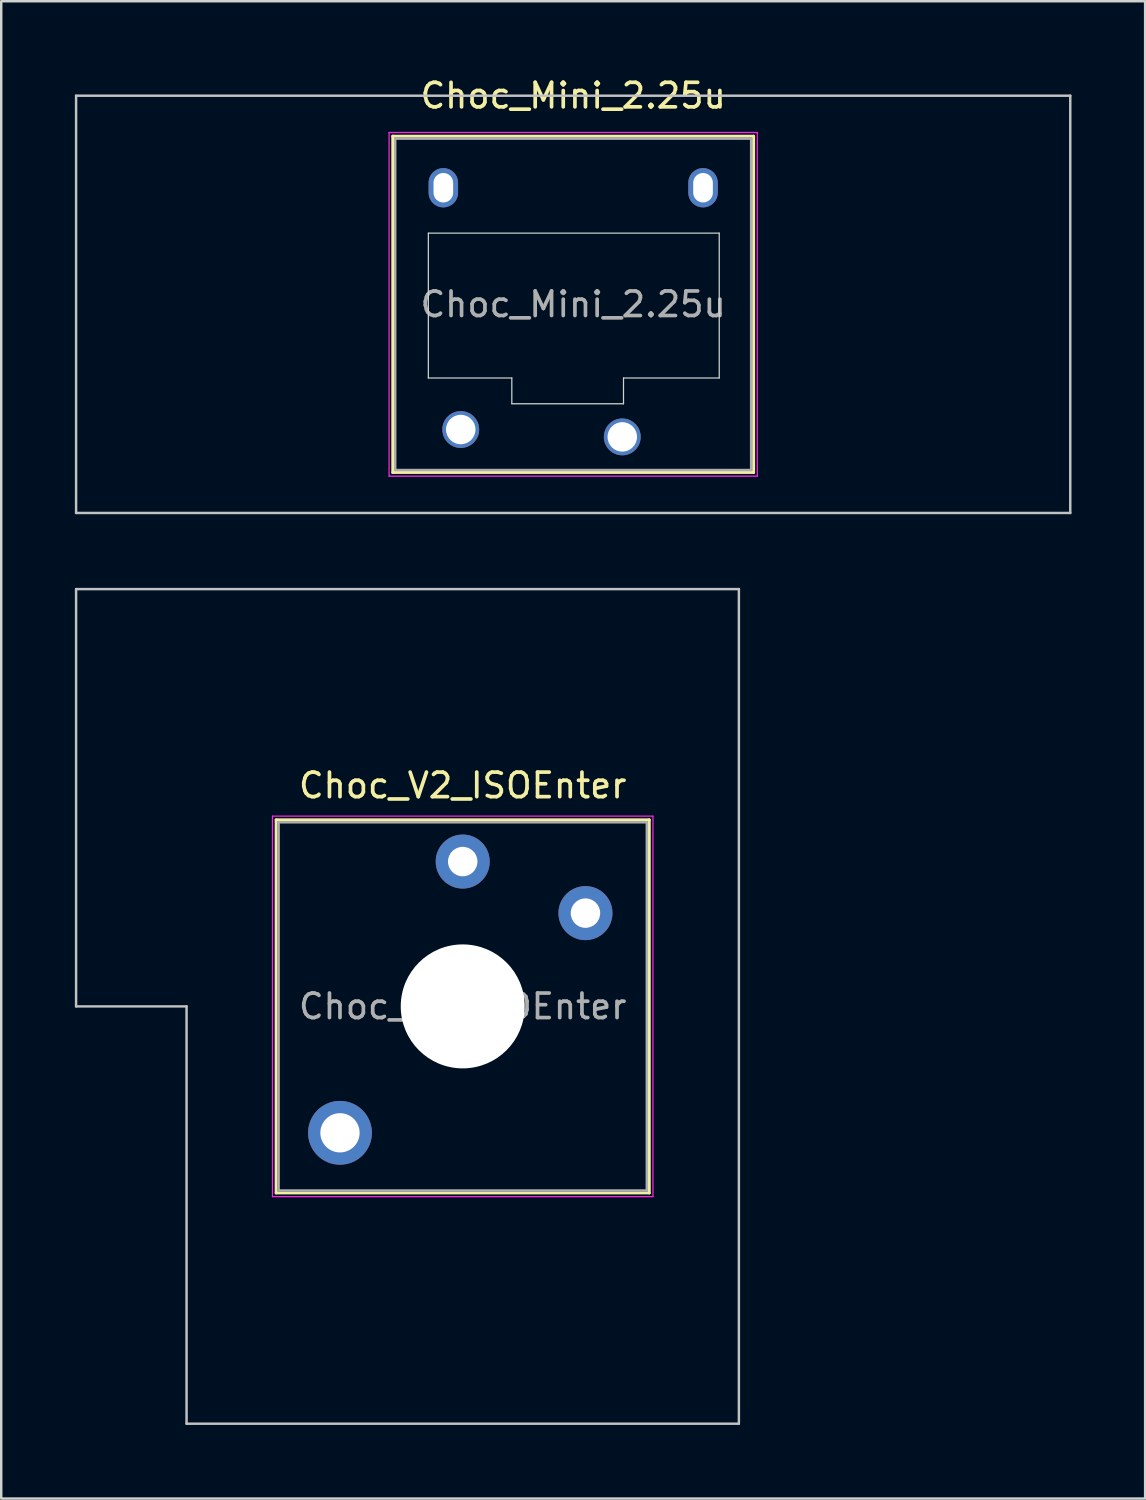
<source format=kicad_pcb>
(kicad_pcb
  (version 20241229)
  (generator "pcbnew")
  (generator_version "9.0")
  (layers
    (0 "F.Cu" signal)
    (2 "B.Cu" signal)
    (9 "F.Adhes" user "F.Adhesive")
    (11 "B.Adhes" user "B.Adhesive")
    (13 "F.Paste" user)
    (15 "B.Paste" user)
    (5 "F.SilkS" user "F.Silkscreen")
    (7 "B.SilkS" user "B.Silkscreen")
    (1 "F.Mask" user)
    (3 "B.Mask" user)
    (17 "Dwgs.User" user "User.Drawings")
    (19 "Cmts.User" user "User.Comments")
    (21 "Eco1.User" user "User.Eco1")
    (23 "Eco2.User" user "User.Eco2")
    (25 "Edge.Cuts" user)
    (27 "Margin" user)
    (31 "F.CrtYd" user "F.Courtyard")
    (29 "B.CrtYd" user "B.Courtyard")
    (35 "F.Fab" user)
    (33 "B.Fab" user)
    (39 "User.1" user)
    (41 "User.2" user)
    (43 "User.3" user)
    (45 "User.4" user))
  (footprint "Choc_Mini_2.25u"
    (layer "F.Cu")
    (at 20.3 9.348)
    (property "Reference" "Choc_Mini_2.25u" (at 0 -8.5 0) (layer "F.SilkS") (effects (font (size 1 1) (thickness 0.15))))
    (attr through_hole)
    (fp_line (start -7.35 -6.85) (end -7.35 6.85) (stroke (width 0.12) (type solid)) (layer "F.SilkS"))
    (fp_line (start -7.35 6.85) (end 7.35 6.85) (stroke (width 0.12) (type solid)) (layer "F.SilkS"))
    (fp_line (start 7.35 -6.85) (end -7.35 -6.85) (stroke (width 0.12) (type solid)) (layer "F.SilkS"))
    (fp_line (start 7.35 6.85) (end 7.35 -6.85) (stroke (width 0.12) (type solid)) (layer "F.SilkS"))
    (fp_line (start -20.25 -8.5) (end -20.25 8.5) (stroke (width 0.1) (type solid)) (layer "Dwgs.User"))
    (fp_line (start -20.25 8.5) (end 20.25 8.5) (stroke (width 0.1) (type solid)) (layer "Dwgs.User"))
    (fp_line (start 20.25 -8.5) (end -20.25 -8.5) (stroke (width 0.1) (type solid)) (layer "Dwgs.User"))
    (fp_line (start 20.25 8.5) (end 20.25 -8.5) (stroke (width 0.1) (type solid)) (layer "Dwgs.User"))
    (fp_line (start -6.85 -6.35) (end -6.85 6.35) (stroke (width 0.1) (type solid)) (layer "Eco1.User"))
    (fp_line (start -6.85 6.35) (end 6.85 6.35) (stroke (width 0.1) (type solid)) (layer "Eco1.User"))
    (fp_line (start 6.85 -6.35) (end -6.85 -6.35) (stroke (width 0.1) (type solid)) (layer "Eco1.User"))
    (fp_line (start 6.85 6.35) (end 6.85 -6.35) (stroke (width 0.1) (type solid)) (layer "Eco1.User"))
    (fp_line (start -5.9 -2.9) (end -5.9 3) (stroke (width 0.05) (type solid)) (layer "Edge.Cuts"))
    (fp_line (start -5.9 3) (end -2.5 3) (stroke (width 0.05) (type solid)) (layer "Edge.Cuts"))
    (fp_line (start -2.5 3) (end -2.5 4.05) (stroke (width 0.05) (type solid)) (layer "Edge.Cuts"))
    (fp_line (start -2.5 4.05) (end 2.05 4.05) (stroke (width 0.05) (type solid)) (layer "Edge.Cuts"))
    (fp_line (start 2.05 3) (end 5.95 3) (stroke (width 0.05) (type solid)) (layer "Edge.Cuts"))
    (fp_line (start 2.05 4.05) (end 2.05 3) (stroke (width 0.05) (type solid)) (layer "Edge.Cuts"))
    (fp_line (start 5.95 -2.9) (end -5.9 -2.9) (stroke (width 0.05) (type solid)) (layer "Edge.Cuts"))
    (fp_line (start 5.95 3) (end 5.95 -2.9) (stroke (width 0.05) (type solid)) (layer "Edge.Cuts"))
    (fp_line (start -7.5 -7) (end -7.5 7) (stroke (width 0.05) (type solid)) (layer "F.CrtYd"))
    (fp_line (start -7.5 7) (end 7.5 7) (stroke (width 0.05) (type solid)) (layer "F.CrtYd"))
    (fp_line (start 7.5 -7) (end -7.5 -7) (stroke (width 0.05) (type solid)) (layer "F.CrtYd"))
    (fp_line (start 7.5 7) (end 7.5 -7) (stroke (width 0.05) (type solid)) (layer "F.CrtYd"))
    (fp_line (start -7.25 -6.75) (end -7.25 6.75) (stroke (width 0.1) (type solid)) (layer "F.Fab"))
    (fp_line (start -7.25 6.75) (end 7.25 6.75) (stroke (width 0.1) (type solid)) (layer "F.Fab"))
    (fp_line (start 7.25 -6.75) (end -7.25 -6.75) (stroke (width 0.1) (type solid)) (layer "F.Fab"))
    (fp_line (start 7.25 6.75) (end 7.25 -6.75) (stroke (width 0.1) (type solid)) (layer "F.Fab"))
    (fp_text user "${REFERENCE}" (at 0 0 0) (layer "F.Fab") (effects (font (size 1 1) (thickness 0.15))))
    (pad "" np_thru_hole oval (at -5.29 -4.75) (size 1.2 1.6) (drill oval 0.8 1.2) (layers "*.Cu" "*.Mask"))
    (pad "" np_thru_hole oval (at 5.29 -4.75) (size 1.2 1.6) (drill oval 0.8 1.2) (layers "*.Cu" "*.Mask"))
    (pad "1" thru_hole circle (at 2 5.4) (size 1.5 1.5) (drill 1.2) (layers "*.Cu" "*.Mask"))
    (pad "2" thru_hole circle (at -4.58 5.1) (size 1.5 1.5) (drill 1.2) (layers "*.Cu" "*.Mask")))
  (footprint "Choc_V2_ISOEnter"
    (layer "F.Cu")
    (at 15.8 37.948)
    (property "Reference" "Choc_V2_ISOEnter" (at 0 -9 0) (layer "F.SilkS") (effects (font (size 1 1) (thickness 0.15))))
    (attr through_hole)
    (fp_line (start -7.6 -7.6) (end -7.6 7.6) (stroke (width 0.12) (type solid)) (layer "F.SilkS"))
    (fp_line (start -7.6 7.6) (end 7.6 7.6) (stroke (width 0.12) (type solid)) (layer "F.SilkS"))
    (fp_line (start 7.6 -7.6) (end -7.6 -7.6) (stroke (width 0.12) (type solid)) (layer "F.SilkS"))
    (fp_line (start 7.6 7.6) (end 7.6 -7.6) (stroke (width 0.12) (type solid)) (layer "F.SilkS"))
    (fp_line (start -15.75 -17) (end -15.75 0) (stroke (width 0.1) (type solid)) (layer "Dwgs.User"))
    (fp_line (start -15.75 0) (end -11.25 0) (stroke (width 0.1) (type solid)) (layer "Dwgs.User"))
    (fp_line (start -11.25 0) (end -11.25 17) (stroke (width 0.1) (type solid)) (layer "Dwgs.User"))
    (fp_line (start -11.25 17) (end 11.25 17) (stroke (width 0.1) (type solid)) (layer "Dwgs.User"))
    (fp_line (start 11.25 -17) (end -15.75 -17) (stroke (width 0.1) (type solid)) (layer "Dwgs.User"))
    (fp_line (start 11.25 17) (end 11.25 -17) (stroke (width 0.1) (type solid)) (layer "Dwgs.User"))
    (fp_line (start -7.25 -7.25) (end -7.25 7.25) (stroke (width 0.1) (type solid)) (layer "Eco1.User"))
    (fp_line (start -7.25 7.25) (end 7.25 7.25) (stroke (width 0.1) (type solid)) (layer "Eco1.User"))
    (fp_line (start 7.25 -7.25) (end -7.25 -7.25) (stroke (width 0.1) (type solid)) (layer "Eco1.User"))
    (fp_line (start 7.25 7.25) (end 7.25 -7.25) (stroke (width 0.1) (type solid)) (layer "Eco1.User"))
    (fp_line (start -7.75 -7.75) (end -7.75 7.75) (stroke (width 0.05) (type solid)) (layer "F.CrtYd"))
    (fp_line (start -7.75 7.75) (end 7.75 7.75) (stroke (width 0.05) (type solid)) (layer "F.CrtYd"))
    (fp_line (start 7.75 -7.75) (end -7.75 -7.75) (stroke (width 0.05) (type solid)) (layer "F.CrtYd"))
    (fp_line (start 7.75 7.75) (end 7.75 -7.75) (stroke (width 0.05) (type solid)) (layer "F.CrtYd"))
    (fp_line (start -7.5 -7.5) (end -7.5 7.5) (stroke (width 0.1) (type solid)) (layer "F.Fab"))
    (fp_line (start -7.5 7.5) (end 7.5 7.5) (stroke (width 0.1) (type solid)) (layer "F.Fab"))
    (fp_line (start 7.5 -7.5) (end -7.5 -7.5) (stroke (width 0.1) (type solid)) (layer "F.Fab"))
    (fp_line (start 7.5 7.5) (end 7.5 -7.5) (stroke (width 0.1) (type solid)) (layer "F.Fab"))
    (fp_text user "${REFERENCE}" (at 0 0 0) (layer "F.Fab") (effects (font (size 1 1) (thickness 0.15))))
    (pad "" thru_hole circle (at -5 5.15) (size 2.6 2.6) (drill 1.6) (layers "*.Cu" "*.Mask"))
    (pad "" np_thru_hole circle (at 0 0) (size 5.05 5.05) (drill 5.05) (layers "*.Cu" "*.Mask"))
    (pad "1" thru_hole circle (at 0 -5.9) (size 2.2 2.2) (drill 1.2) (layers "*.Cu" "*.Mask"))
    (pad "2" thru_hole circle (at 5 -3.8) (size 2.2 2.2) (drill 1.2) (layers "*.Cu" "*.Mask")))
  (gr_rect
    (start -3 -3)
    (end 43.6 57.998)
    (stroke (width 0.1) (type default))
    (fill no)
    (layer "Edge.Cuts")))
</source>
